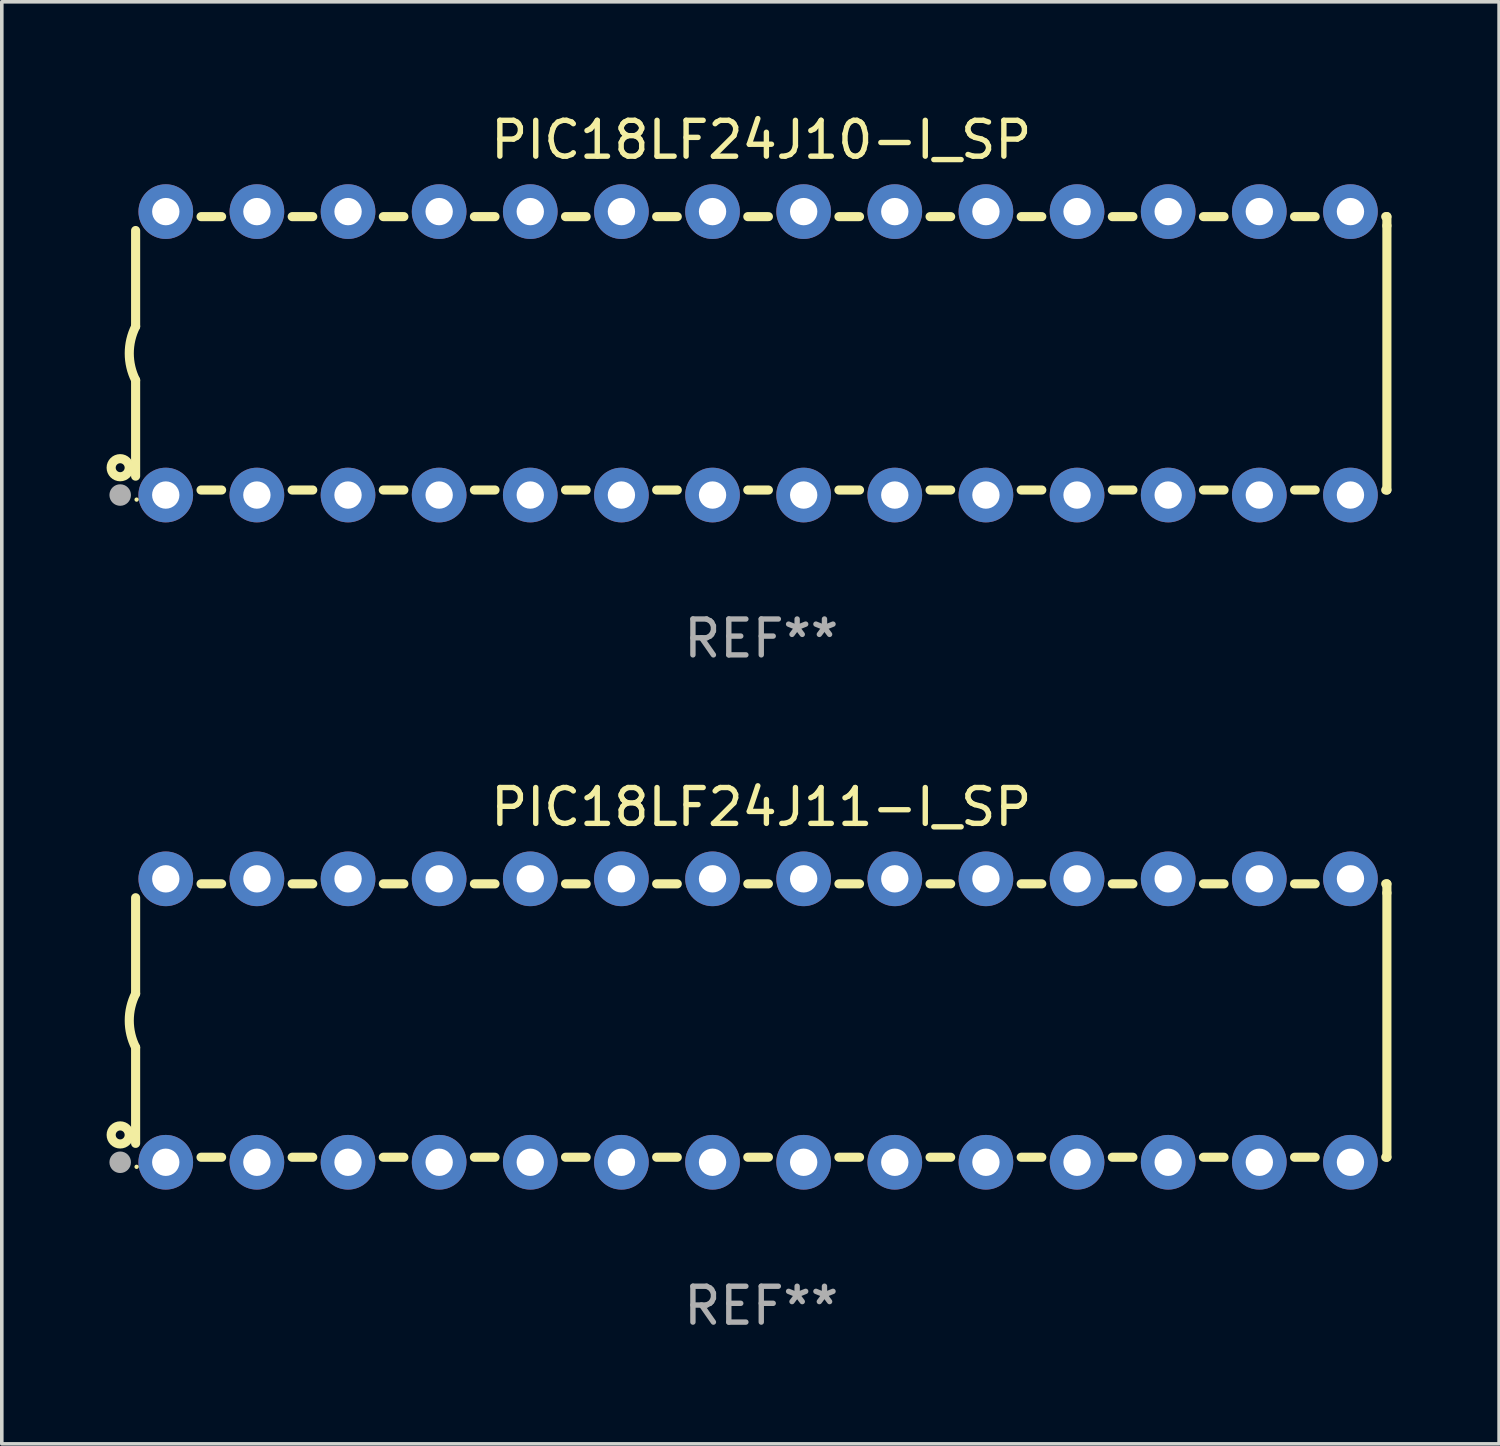
<source format=kicad_pcb>
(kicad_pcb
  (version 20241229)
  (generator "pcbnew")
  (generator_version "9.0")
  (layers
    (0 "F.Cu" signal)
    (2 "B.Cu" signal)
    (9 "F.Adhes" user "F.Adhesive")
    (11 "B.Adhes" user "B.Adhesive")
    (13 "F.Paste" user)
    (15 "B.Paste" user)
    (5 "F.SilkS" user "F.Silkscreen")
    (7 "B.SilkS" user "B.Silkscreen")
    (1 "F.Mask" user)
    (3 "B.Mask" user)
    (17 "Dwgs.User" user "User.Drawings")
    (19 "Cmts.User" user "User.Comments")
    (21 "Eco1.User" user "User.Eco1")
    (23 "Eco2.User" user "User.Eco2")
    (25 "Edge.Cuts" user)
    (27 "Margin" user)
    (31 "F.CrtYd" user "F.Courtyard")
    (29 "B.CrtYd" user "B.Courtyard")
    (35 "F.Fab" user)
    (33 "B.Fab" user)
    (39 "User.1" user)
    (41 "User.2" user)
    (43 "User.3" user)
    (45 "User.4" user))
  (footprint "PIC18LF24J11-I_SP"
    (layer "F.Cu")
    (at 18.168 25.395)
    (property "Reference" "PIC18LF24J11-I_SP" (at 0 -5.95 0) (layer "F.SilkS") (effects (font (size 1 1) (thickness 0.15))))
    (attr through_hole)
    (fp_line (start -17.438 0.75) (end -17.438 3.423) (stroke (width 0.254) (type solid)) (layer "F.SilkS"))
    (fp_line (start -17.438 -3.423) (end -17.438 -0.75) (stroke (width 0.254) (type solid)) (layer "F.SilkS"))
    (fp_line (start -15.615 3.81) (end -15.041 3.81) (stroke (width 0.254) (type solid)) (layer "F.SilkS"))
    (fp_line (start -15.041 -3.81) (end -15.614 -3.81) (stroke (width 0.254) (type solid)) (layer "F.SilkS"))
    (fp_line (start -13.075 3.81) (end -12.501 3.81) (stroke (width 0.254) (type solid)) (layer "F.SilkS"))
    (fp_line (start -12.501 -3.81) (end -13.074 -3.81) (stroke (width 0.254) (type solid)) (layer "F.SilkS"))
    (fp_line (start -10.535 3.81) (end -9.961 3.81) (stroke (width 0.254) (type solid)) (layer "F.SilkS"))
    (fp_line (start -9.961 -3.81) (end -10.534 -3.81) (stroke (width 0.254) (type solid)) (layer "F.SilkS"))
    (fp_line (start -7.995 3.81) (end -7.421 3.81) (stroke (width 0.254) (type solid)) (layer "F.SilkS"))
    (fp_line (start -7.421 -3.81) (end -7.995 -3.81) (stroke (width 0.254) (type solid)) (layer "F.SilkS"))
    (fp_line (start -5.455 3.81) (end -4.881 3.81) (stroke (width 0.254) (type solid)) (layer "F.SilkS"))
    (fp_line (start -4.881 -3.81) (end -5.455 -3.81) (stroke (width 0.254) (type solid)) (layer "F.SilkS"))
    (fp_line (start -2.915 3.81) (end -2.341 3.81) (stroke (width 0.254) (type solid)) (layer "F.SilkS"))
    (fp_line (start -2.341 -3.81) (end -2.915 -3.81) (stroke (width 0.254) (type solid)) (layer "F.SilkS"))
    (fp_line (start -0.375 3.81) (end 0.199 3.81) (stroke (width 0.254) (type solid)) (layer "F.SilkS"))
    (fp_line (start 0.199 -3.81) (end -0.375 -3.81) (stroke (width 0.254) (type solid)) (layer "F.SilkS"))
    (fp_line (start 2.165 3.81) (end 2.739 3.81) (stroke (width 0.254) (type solid)) (layer "F.SilkS"))
    (fp_line (start 2.739 -3.81) (end 2.165 -3.81) (stroke (width 0.254) (type solid)) (layer "F.SilkS"))
    (fp_line (start 4.705 3.81) (end 5.279 3.81) (stroke (width 0.254) (type solid)) (layer "F.SilkS"))
    (fp_line (start 5.279 -3.81) (end 4.705 -3.81) (stroke (width 0.254) (type solid)) (layer "F.SilkS"))
    (fp_line (start 7.245 3.81) (end 7.819 3.81) (stroke (width 0.254) (type solid)) (layer "F.SilkS"))
    (fp_line (start 7.819 -3.81) (end 7.245 -3.81) (stroke (width 0.254) (type solid)) (layer "F.SilkS"))
    (fp_line (start 9.785 3.81) (end 10.359 3.81) (stroke (width 0.254) (type solid)) (layer "F.SilkS"))
    (fp_line (start 10.359 -3.81) (end 9.785 -3.81) (stroke (width 0.254) (type solid)) (layer "F.SilkS"))
    (fp_line (start 12.325 3.81) (end 12.899 3.81) (stroke (width 0.254) (type solid)) (layer "F.SilkS"))
    (fp_line (start 12.899 -3.81) (end 12.325 -3.81) (stroke (width 0.254) (type solid)) (layer "F.SilkS"))
    (fp_line (start 14.865 3.81) (end 15.439 3.81) (stroke (width 0.254) (type solid)) (layer "F.SilkS"))
    (fp_line (start 15.439 -3.81) (end 14.865 -3.81) (stroke (width 0.254) (type solid)) (layer "F.SilkS"))
    (fp_line (start 17.405 3.81) (end 17.438 3.81) (stroke (width 0.254) (type solid)) (layer "F.SilkS"))
    (fp_line (start 17.438 -3.81) (end 17.405 -3.81) (stroke (width 0.254) (type solid)) (layer "F.SilkS"))
    (fp_line (start 17.438 -3.556) (end 17.438 -3.81) (stroke (width 0.254) (type solid)) (layer "F.SilkS"))
    (fp_line (start 17.438 3.81) (end 17.438 -3.556) (stroke (width 0.254) (type solid)) (layer "F.SilkS"))
    (fp_arc (start -17.437986 0.749657) (mid -17.614887 -0.000024) (end -17.437783 -0.749657) (stroke (width 0.254001) (type solid)) (layer "F.SilkS"))
    (fp_circle (center -17.868 3.188) (end -17.743 3.188) (stroke (width 0.254) (type solid)) (fill no) (layer "F.SilkS"))
    (fp_circle (center -17.411 4.077) (end -17.381 4.077) (stroke (width 0.06) (type solid)) (fill no) (layer "F.SilkS"))
    (fp_circle (center -17.868 3.95) (end -17.718 3.95) (stroke (width 0.3) (type solid)) (fill no) (layer "F.Fab"))
    (fp_text user "REF**" (at 0 7.95 0) (layer "F.Fab") (effects (font (size 1 1) (thickness 0.15))))
    (pad "1" thru_hole circle (at -16.598 3.95) (size 1.524 1.524) (drill 0.762) (layers "*.Cu" "*.Mask"))
    (pad "2" thru_hole circle (at -14.058 3.95) (size 1.524 1.524) (drill 0.762) (layers "*.Cu" "*.Mask"))
    (pad "3" thru_hole circle (at -11.518 3.95) (size 1.524 1.524) (drill 0.762) (layers "*.Cu" "*.Mask"))
    (pad "4" thru_hole circle (at -8.978 3.95) (size 1.524 1.524) (drill 0.762) (layers "*.Cu" "*.Mask"))
    (pad "5" thru_hole circle (at -6.438 3.95) (size 1.524 1.524) (drill 0.762) (layers "*.Cu" "*.Mask"))
    (pad "6" thru_hole circle (at -3.898 3.95) (size 1.524 1.524) (drill 0.762) (layers "*.Cu" "*.Mask"))
    (pad "7" thru_hole circle (at -1.358 3.95) (size 1.524 1.524) (drill 0.762) (layers "*.Cu" "*.Mask"))
    (pad "8" thru_hole circle (at 1.182 3.95) (size 1.524 1.524) (drill 0.762) (layers "*.Cu" "*.Mask"))
    (pad "9" thru_hole circle (at 3.722 3.95) (size 1.524 1.524) (drill 0.762) (layers "*.Cu" "*.Mask"))
    (pad "10" thru_hole circle (at 6.262 3.95) (size 1.524 1.524) (drill 0.762) (layers "*.Cu" "*.Mask"))
    (pad "11" thru_hole circle (at 8.802 3.95) (size 1.524 1.524) (drill 0.762) (layers "*.Cu" "*.Mask"))
    (pad "12" thru_hole circle (at 11.342 3.95) (size 1.524 1.524) (drill 0.762) (layers "*.Cu" "*.Mask"))
    (pad "13" thru_hole circle (at 13.882 3.95) (size 1.524 1.524) (drill 0.762) (layers "*.Cu" "*.Mask"))
    (pad "14" thru_hole circle (at 16.422 3.95) (size 1.524 1.524) (drill 0.762) (layers "*.Cu" "*.Mask"))
    (pad "15" thru_hole circle (at 16.422 -3.95) (size 1.524 1.524) (drill 0.762) (layers "*.Cu" "*.Mask"))
    (pad "16" thru_hole circle (at 13.882 -3.95) (size 1.524 1.524) (drill 0.762) (layers "*.Cu" "*.Mask"))
    (pad "17" thru_hole circle (at 11.342 -3.95) (size 1.524 1.524) (drill 0.762) (layers "*.Cu" "*.Mask"))
    (pad "18" thru_hole circle (at 8.802 -3.95) (size 1.524 1.524) (drill 0.762) (layers "*.Cu" "*.Mask"))
    (pad "19" thru_hole circle (at 6.262 -3.95) (size 1.524 1.524) (drill 0.762) (layers "*.Cu" "*.Mask"))
    (pad "20" thru_hole circle (at 3.722 -3.95) (size 1.524 1.524) (drill 0.762) (layers "*.Cu" "*.Mask"))
    (pad "21" thru_hole circle (at 1.182 -3.95) (size 1.524 1.524) (drill 0.762) (layers "*.Cu" "*.Mask"))
    (pad "22" thru_hole circle (at -1.358 -3.95) (size 1.524 1.524) (drill 0.762) (layers "*.Cu" "*.Mask"))
    (pad "23" thru_hole circle (at -3.898 -3.95) (size 1.524 1.524) (drill 0.762) (layers "*.Cu" "*.Mask"))
    (pad "24" thru_hole circle (at -6.438 -3.95) (size 1.524 1.524) (drill 0.762) (layers "*.Cu" "*.Mask"))
    (pad "25" thru_hole circle (at -8.978 -3.95) (size 1.524 1.524) (drill 0.762) (layers "*.Cu" "*.Mask"))
    (pad "26" thru_hole circle (at -11.517 -3.95) (size 1.524 1.524) (drill 0.762) (layers "*.Cu" "*.Mask"))
    (pad "27" thru_hole circle (at -14.057 -3.95) (size 1.524 1.524) (drill 0.762) (layers "*.Cu" "*.Mask"))
    (pad "28" thru_hole circle (at -16.597 -3.95) (size 1.524 1.524) (drill 0.762) (layers "*.Cu" "*.Mask")))
  (footprint "PIC18LF24J10-I_SP"
    (layer "F.Cu")
    (at 18.168 6.798)
    (property "Reference" "PIC18LF24J10-I_SP" (at 0 -5.95 0) (layer "F.SilkS") (effects (font (size 1 1) (thickness 0.15))))
    (attr through_hole)
    (fp_line (start -17.438 0.75) (end -17.438 3.423) (stroke (width 0.254) (type solid)) (layer "F.SilkS"))
    (fp_line (start -17.438 -3.423) (end -17.438 -0.75) (stroke (width 0.254) (type solid)) (layer "F.SilkS"))
    (fp_line (start -15.615 3.81) (end -15.041 3.81) (stroke (width 0.254) (type solid)) (layer "F.SilkS"))
    (fp_line (start -15.041 -3.81) (end -15.614 -3.81) (stroke (width 0.254) (type solid)) (layer "F.SilkS"))
    (fp_line (start -13.075 3.81) (end -12.501 3.81) (stroke (width 0.254) (type solid)) (layer "F.SilkS"))
    (fp_line (start -12.501 -3.81) (end -13.074 -3.81) (stroke (width 0.254) (type solid)) (layer "F.SilkS"))
    (fp_line (start -10.535 3.81) (end -9.961 3.81) (stroke (width 0.254) (type solid)) (layer "F.SilkS"))
    (fp_line (start -9.961 -3.81) (end -10.534 -3.81) (stroke (width 0.254) (type solid)) (layer "F.SilkS"))
    (fp_line (start -7.995 3.81) (end -7.421 3.81) (stroke (width 0.254) (type solid)) (layer "F.SilkS"))
    (fp_line (start -7.421 -3.81) (end -7.995 -3.81) (stroke (width 0.254) (type solid)) (layer "F.SilkS"))
    (fp_line (start -5.455 3.81) (end -4.881 3.81) (stroke (width 0.254) (type solid)) (layer "F.SilkS"))
    (fp_line (start -4.881 -3.81) (end -5.455 -3.81) (stroke (width 0.254) (type solid)) (layer "F.SilkS"))
    (fp_line (start -2.915 3.81) (end -2.341 3.81) (stroke (width 0.254) (type solid)) (layer "F.SilkS"))
    (fp_line (start -2.341 -3.81) (end -2.915 -3.81) (stroke (width 0.254) (type solid)) (layer "F.SilkS"))
    (fp_line (start -0.375 3.81) (end 0.199 3.81) (stroke (width 0.254) (type solid)) (layer "F.SilkS"))
    (fp_line (start 0.199 -3.81) (end -0.375 -3.81) (stroke (width 0.254) (type solid)) (layer "F.SilkS"))
    (fp_line (start 2.165 3.81) (end 2.739 3.81) (stroke (width 0.254) (type solid)) (layer "F.SilkS"))
    (fp_line (start 2.739 -3.81) (end 2.165 -3.81) (stroke (width 0.254) (type solid)) (layer "F.SilkS"))
    (fp_line (start 4.705 3.81) (end 5.279 3.81) (stroke (width 0.254) (type solid)) (layer "F.SilkS"))
    (fp_line (start 5.279 -3.81) (end 4.705 -3.81) (stroke (width 0.254) (type solid)) (layer "F.SilkS"))
    (fp_line (start 7.245 3.81) (end 7.819 3.81) (stroke (width 0.254) (type solid)) (layer "F.SilkS"))
    (fp_line (start 7.819 -3.81) (end 7.245 -3.81) (stroke (width 0.254) (type solid)) (layer "F.SilkS"))
    (fp_line (start 9.785 3.81) (end 10.359 3.81) (stroke (width 0.254) (type solid)) (layer "F.SilkS"))
    (fp_line (start 10.359 -3.81) (end 9.785 -3.81) (stroke (width 0.254) (type solid)) (layer "F.SilkS"))
    (fp_line (start 12.325 3.81) (end 12.899 3.81) (stroke (width 0.254) (type solid)) (layer "F.SilkS"))
    (fp_line (start 12.899 -3.81) (end 12.325 -3.81) (stroke (width 0.254) (type solid)) (layer "F.SilkS"))
    (fp_line (start 14.865 3.81) (end 15.439 3.81) (stroke (width 0.254) (type solid)) (layer "F.SilkS"))
    (fp_line (start 15.439 -3.81) (end 14.865 -3.81) (stroke (width 0.254) (type solid)) (layer "F.SilkS"))
    (fp_line (start 17.405 3.81) (end 17.438 3.81) (stroke (width 0.254) (type solid)) (layer "F.SilkS"))
    (fp_line (start 17.438 -3.81) (end 17.405 -3.81) (stroke (width 0.254) (type solid)) (layer "F.SilkS"))
    (fp_line (start 17.438 -3.556) (end 17.438 -3.81) (stroke (width 0.254) (type solid)) (layer "F.SilkS"))
    (fp_line (start 17.438 3.81) (end 17.438 -3.556) (stroke (width 0.254) (type solid)) (layer "F.SilkS"))
    (fp_arc (start -17.437986 0.749657) (mid -17.614887 -0.000024) (end -17.437783 -0.749657) (stroke (width 0.254001) (type solid)) (layer "F.SilkS"))
    (fp_circle (center -17.868 3.188) (end -17.743 3.188) (stroke (width 0.254) (type solid)) (fill no) (layer "F.SilkS"))
    (fp_circle (center -17.411 4.077) (end -17.381 4.077) (stroke (width 0.06) (type solid)) (fill no) (layer "F.SilkS"))
    (fp_circle (center -17.868 3.95) (end -17.718 3.95) (stroke (width 0.3) (type solid)) (fill no) (layer "F.Fab"))
    (fp_text user "REF**" (at 0 7.95 0) (layer "F.Fab") (effects (font (size 1 1) (thickness 0.15))))
    (pad "1" thru_hole circle (at -16.598 3.95) (size 1.524 1.524) (drill 0.762) (layers "*.Cu" "*.Mask"))
    (pad "2" thru_hole circle (at -14.058 3.95) (size 1.524 1.524) (drill 0.762) (layers "*.Cu" "*.Mask"))
    (pad "3" thru_hole circle (at -11.518 3.95) (size 1.524 1.524) (drill 0.762) (layers "*.Cu" "*.Mask"))
    (pad "4" thru_hole circle (at -8.978 3.95) (size 1.524 1.524) (drill 0.762) (layers "*.Cu" "*.Mask"))
    (pad "5" thru_hole circle (at -6.438 3.95) (size 1.524 1.524) (drill 0.762) (layers "*.Cu" "*.Mask"))
    (pad "6" thru_hole circle (at -3.898 3.95) (size 1.524 1.524) (drill 0.762) (layers "*.Cu" "*.Mask"))
    (pad "7" thru_hole circle (at -1.358 3.95) (size 1.524 1.524) (drill 0.762) (layers "*.Cu" "*.Mask"))
    (pad "8" thru_hole circle (at 1.182 3.95) (size 1.524 1.524) (drill 0.762) (layers "*.Cu" "*.Mask"))
    (pad "9" thru_hole circle (at 3.722 3.95) (size 1.524 1.524) (drill 0.762) (layers "*.Cu" "*.Mask"))
    (pad "10" thru_hole circle (at 6.262 3.95) (size 1.524 1.524) (drill 0.762) (layers "*.Cu" "*.Mask"))
    (pad "11" thru_hole circle (at 8.802 3.95) (size 1.524 1.524) (drill 0.762) (layers "*.Cu" "*.Mask"))
    (pad "12" thru_hole circle (at 11.342 3.95) (size 1.524 1.524) (drill 0.762) (layers "*.Cu" "*.Mask"))
    (pad "13" thru_hole circle (at 13.882 3.95) (size 1.524 1.524) (drill 0.762) (layers "*.Cu" "*.Mask"))
    (pad "14" thru_hole circle (at 16.422 3.95) (size 1.524 1.524) (drill 0.762) (layers "*.Cu" "*.Mask"))
    (pad "15" thru_hole circle (at 16.422 -3.95) (size 1.524 1.524) (drill 0.762) (layers "*.Cu" "*.Mask"))
    (pad "16" thru_hole circle (at 13.882 -3.95) (size 1.524 1.524) (drill 0.762) (layers "*.Cu" "*.Mask"))
    (pad "17" thru_hole circle (at 11.342 -3.95) (size 1.524 1.524) (drill 0.762) (layers "*.Cu" "*.Mask"))
    (pad "18" thru_hole circle (at 8.802 -3.95) (size 1.524 1.524) (drill 0.762) (layers "*.Cu" "*.Mask"))
    (pad "19" thru_hole circle (at 6.262 -3.95) (size 1.524 1.524) (drill 0.762) (layers "*.Cu" "*.Mask"))
    (pad "20" thru_hole circle (at 3.722 -3.95) (size 1.524 1.524) (drill 0.762) (layers "*.Cu" "*.Mask"))
    (pad "21" thru_hole circle (at 1.182 -3.95) (size 1.524 1.524) (drill 0.762) (layers "*.Cu" "*.Mask"))
    (pad "22" thru_hole circle (at -1.358 -3.95) (size 1.524 1.524) (drill 0.762) (layers "*.Cu" "*.Mask"))
    (pad "23" thru_hole circle (at -3.898 -3.95) (size 1.524 1.524) (drill 0.762) (layers "*.Cu" "*.Mask"))
    (pad "24" thru_hole circle (at -6.438 -3.95) (size 1.524 1.524) (drill 0.762) (layers "*.Cu" "*.Mask"))
    (pad "25" thru_hole circle (at -8.978 -3.95) (size 1.524 1.524) (drill 0.762) (layers "*.Cu" "*.Mask"))
    (pad "26" thru_hole circle (at -11.517 -3.95) (size 1.524 1.524) (drill 0.762) (layers "*.Cu" "*.Mask"))
    (pad "27" thru_hole circle (at -14.057 -3.95) (size 1.524 1.524) (drill 0.762) (layers "*.Cu" "*.Mask"))
    (pad "28" thru_hole circle (at -16.597 -3.95) (size 1.524 1.524) (drill 0.762) (layers "*.Cu" "*.Mask")))
  (gr_rect
    (start -3 -3)
    (end 38.733 37.193)
    (stroke (width 0.1) (type default))
    (fill no)
    (layer "Edge.Cuts")))
</source>
